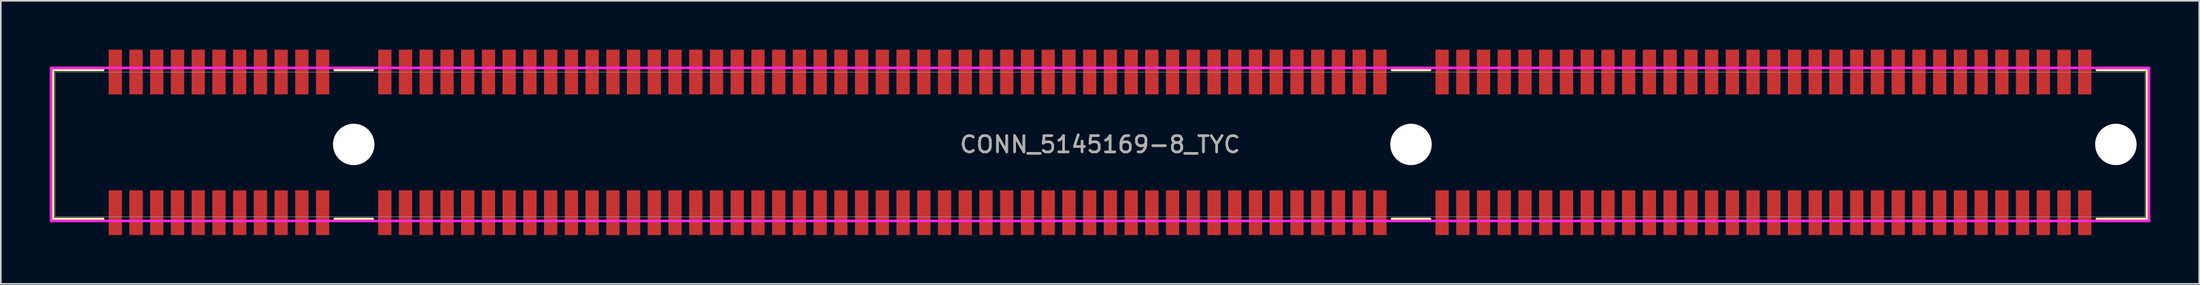
<source format=kicad_pcb>
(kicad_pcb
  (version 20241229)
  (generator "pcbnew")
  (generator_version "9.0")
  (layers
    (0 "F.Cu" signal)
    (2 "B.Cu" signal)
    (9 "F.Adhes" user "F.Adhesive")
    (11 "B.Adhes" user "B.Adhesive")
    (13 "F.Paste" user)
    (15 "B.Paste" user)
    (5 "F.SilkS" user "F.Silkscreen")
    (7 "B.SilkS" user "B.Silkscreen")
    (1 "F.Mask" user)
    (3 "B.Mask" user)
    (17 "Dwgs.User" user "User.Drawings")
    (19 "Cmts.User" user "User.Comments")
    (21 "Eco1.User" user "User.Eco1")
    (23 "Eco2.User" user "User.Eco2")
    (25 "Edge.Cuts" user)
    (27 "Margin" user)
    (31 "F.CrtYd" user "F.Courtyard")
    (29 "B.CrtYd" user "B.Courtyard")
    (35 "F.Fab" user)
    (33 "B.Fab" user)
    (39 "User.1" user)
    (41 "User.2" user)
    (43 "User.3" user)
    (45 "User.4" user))
  (footprint "CONN_5145169-8_TYC"
    (layer "F.Cu")
    (at 4.013 1.372)
    (property "Reference" "CONN_5145169-8_TYC" (at 60.325 4.445 0) (unlocked yes) (layer "F.SilkS") (effects (font (size 1 1) (thickness 0.15))))
    (attr smd)
    (fp_line (start -3.81 -0.127) (end -3.81 9.017) (stroke (width 0.152) (type solid)) (layer "F.SilkS"))
    (fp_line (start -3.81 9.017) (end -0.739 9.017) (stroke (width 0.152) (type solid)) (layer "F.SilkS"))
    (fp_line (start -0.739 -0.127) (end -3.81 -0.127) (stroke (width 0.152) (type solid)) (layer "F.SilkS"))
    (fp_line (start 13.439 9.017) (end 15.771 9.017) (stroke (width 0.152) (type solid)) (layer "F.SilkS"))
    (fp_line (start 15.771 -0.127) (end 13.439 -0.127) (stroke (width 0.152) (type solid)) (layer "F.SilkS"))
    (fp_line (start 78.209 9.017) (end 80.541 9.017) (stroke (width 0.152) (type solid)) (layer "F.SilkS"))
    (fp_line (start 80.541 -0.127) (end 78.209 -0.127) (stroke (width 0.152) (type solid)) (layer "F.SilkS"))
    (fp_line (start 121.389 9.017) (end 124.46 9.017) (stroke (width 0.152) (type solid)) (layer "F.SilkS"))
    (fp_line (start 124.46 -0.127) (end 121.389 -0.127) (stroke (width 0.152) (type solid)) (layer "F.SilkS"))
    (fp_line (start 124.46 9.017) (end 124.46 -0.127) (stroke (width 0.152) (type solid)) (layer "F.SilkS"))
    (fp_line (start -3.937 -0.254) (end -3.937 9.144) (stroke (width 0.152) (type solid)) (layer "F.CrtYd"))
    (fp_line (start -3.937 9.144) (end 124.587 9.144) (stroke (width 0.152) (type solid)) (layer "F.CrtYd"))
    (fp_line (start 124.587 -0.254) (end -3.937 -0.254) (stroke (width 0.152) (type solid)) (layer "F.CrtYd"))
    (fp_line (start 124.587 -0.254) (end 124.587 9.144) (stroke (width 0.152) (type solid)) (layer "F.CrtYd"))
    (fp_line (start -3.683 0) (end -3.683 8.89) (stroke (width 0.025) (type solid)) (layer "F.Fab"))
    (fp_line (start -3.683 8.89) (end 124.333 8.89) (stroke (width 0.025) (type solid)) (layer "F.Fab"))
    (fp_line (start 124.333 0) (end -3.683 0) (stroke (width 0.025) (type solid)) (layer "F.Fab"))
    (fp_line (start 124.333 8.89) (end 124.333 0) (stroke (width 0.025) (type solid)) (layer "F.Fab"))
    (fp_text user "${REFERENCE}" (at 60.325 4.445 0) (unlocked yes) (layer "F.Fab") (effects (font (size 1 1) (thickness 0.15))))
    (pad "" np_thru_hole circle (at 14.605 4.445) (size 2.54 2.54) (drill 2.54) (layers "*.Cu" "*.Mask"))
    (pad "" np_thru_hole circle (at 79.375 4.445) (size 2.54 2.54) (drill 2.54) (layers "*.Cu" "*.Mask"))
    (pad "" np_thru_hole circle (at 122.555 4.445) (size 2.54 2.54) (drill 2.54) (layers "*.Cu" "*.Mask"))
    (pad "1" smd rect (at 0 0) (size 0.813 2.743) (layers "F.Cu" "F.Mask" "F.Paste"))
    (pad "2" smd rect (at 1.27 0) (size 0.813 2.743) (layers "F.Cu" "F.Mask" "F.Paste"))
    (pad "3" smd rect (at 2.54 0) (size 0.813 2.743) (layers "F.Cu" "F.Mask" "F.Paste"))
    (pad "4" smd rect (at 3.81 0) (size 0.813 2.743) (layers "F.Cu" "F.Mask" "F.Paste"))
    (pad "5" smd rect (at 5.08 0) (size 0.813 2.743) (layers "F.Cu" "F.Mask" "F.Paste"))
    (pad "6" smd rect (at 6.35 0) (size 0.813 2.743) (layers "F.Cu" "F.Mask" "F.Paste"))
    (pad "7" smd rect (at 7.62 0) (size 0.813 2.743) (layers "F.Cu" "F.Mask" "F.Paste"))
    (pad "8" smd rect (at 8.89 0) (size 0.813 2.743) (layers "F.Cu" "F.Mask" "F.Paste"))
    (pad "9" smd rect (at 10.16 0) (size 0.813 2.743) (layers "F.Cu" "F.Mask" "F.Paste"))
    (pad "10" smd rect (at 11.43 0) (size 0.813 2.743) (layers "F.Cu" "F.Mask" "F.Paste"))
    (pad "11" smd rect (at 12.7 0) (size 0.813 2.743) (layers "F.Cu" "F.Mask" "F.Paste"))
    (pad "12" smd rect (at 16.51 0) (size 0.813 2.743) (layers "F.Cu" "F.Mask" "F.Paste"))
    (pad "13" smd rect (at 17.78 0) (size 0.813 2.743) (layers "F.Cu" "F.Mask" "F.Paste"))
    (pad "14" smd rect (at 19.05 0) (size 0.813 2.743) (layers "F.Cu" "F.Mask" "F.Paste"))
    (pad "15" smd rect (at 20.32 0) (size 0.813 2.743) (layers "F.Cu" "F.Mask" "F.Paste"))
    (pad "16" smd rect (at 21.59 0) (size 0.813 2.743) (layers "F.Cu" "F.Mask" "F.Paste"))
    (pad "17" smd rect (at 22.86 0) (size 0.813 2.743) (layers "F.Cu" "F.Mask" "F.Paste"))
    (pad "18" smd rect (at 24.13 0) (size 0.813 2.743) (layers "F.Cu" "F.Mask" "F.Paste"))
    (pad "19" smd rect (at 25.4 0) (size 0.813 2.743) (layers "F.Cu" "F.Mask" "F.Paste"))
    (pad "20" smd rect (at 26.67 0) (size 0.813 2.743) (layers "F.Cu" "F.Mask" "F.Paste"))
    (pad "21" smd rect (at 27.94 0) (size 0.813 2.743) (layers "F.Cu" "F.Mask" "F.Paste"))
    (pad "22" smd rect (at 29.21 0) (size 0.813 2.743) (layers "F.Cu" "F.Mask" "F.Paste"))
    (pad "23" smd rect (at 30.48 0) (size 0.813 2.743) (layers "F.Cu" "F.Mask" "F.Paste"))
    (pad "24" smd rect (at 31.75 0) (size 0.813 2.743) (layers "F.Cu" "F.Mask" "F.Paste"))
    (pad "25" smd rect (at 33.02 0) (size 0.813 2.743) (layers "F.Cu" "F.Mask" "F.Paste"))
    (pad "26" smd rect (at 34.29 0) (size 0.813 2.743) (layers "F.Cu" "F.Mask" "F.Paste"))
    (pad "27" smd rect (at 35.56 0) (size 0.813 2.743) (layers "F.Cu" "F.Mask" "F.Paste"))
    (pad "28" smd rect (at 36.83 0) (size 0.813 2.743) (layers "F.Cu" "F.Mask" "F.Paste"))
    (pad "29" smd rect (at 38.1 0) (size 0.813 2.743) (layers "F.Cu" "F.Mask" "F.Paste"))
    (pad "30" smd rect (at 39.37 0) (size 0.813 2.743) (layers "F.Cu" "F.Mask" "F.Paste"))
    (pad "31" smd rect (at 40.64 0) (size 0.813 2.743) (layers "F.Cu" "F.Mask" "F.Paste"))
    (pad "32" smd rect (at 41.91 0) (size 0.813 2.743) (layers "F.Cu" "F.Mask" "F.Paste"))
    (pad "33" smd rect (at 43.18 0) (size 0.813 2.743) (layers "F.Cu" "F.Mask" "F.Paste"))
    (pad "34" smd rect (at 44.45 0) (size 0.813 2.743) (layers "F.Cu" "F.Mask" "F.Paste"))
    (pad "35" smd rect (at 45.72 0) (size 0.813 2.743) (layers "F.Cu" "F.Mask" "F.Paste"))
    (pad "36" smd rect (at 46.99 0) (size 0.813 2.743) (layers "F.Cu" "F.Mask" "F.Paste"))
    (pad "37" smd rect (at 48.26 0) (size 0.813 2.743) (layers "F.Cu" "F.Mask" "F.Paste"))
    (pad "38" smd rect (at 49.53 0) (size 0.813 2.743) (layers "F.Cu" "F.Mask" "F.Paste"))
    (pad "39" smd rect (at 50.8 0) (size 0.813 2.743) (layers "F.Cu" "F.Mask" "F.Paste"))
    (pad "40" smd rect (at 52.07 0) (size 0.813 2.743) (layers "F.Cu" "F.Mask" "F.Paste"))
    (pad "41" smd rect (at 53.34 0) (size 0.813 2.743) (layers "F.Cu" "F.Mask" "F.Paste"))
    (pad "42" smd rect (at 54.61 0) (size 0.813 2.743) (layers "F.Cu" "F.Mask" "F.Paste"))
    (pad "43" smd rect (at 55.88 0) (size 0.813 2.743) (layers "F.Cu" "F.Mask" "F.Paste"))
    (pad "44" smd rect (at 57.15 0) (size 0.813 2.743) (layers "F.Cu" "F.Mask" "F.Paste"))
    (pad "45" smd rect (at 58.42 0) (size 0.813 2.743) (layers "F.Cu" "F.Mask" "F.Paste"))
    (pad "46" smd rect (at 59.69 0) (size 0.813 2.743) (layers "F.Cu" "F.Mask" "F.Paste"))
    (pad "47" smd rect (at 60.96 0) (size 0.813 2.743) (layers "F.Cu" "F.Mask" "F.Paste"))
    (pad "48" smd rect (at 62.23 0) (size 0.813 2.743) (layers "F.Cu" "F.Mask" "F.Paste"))
    (pad "49" smd rect (at 63.5 0) (size 0.813 2.743) (layers "F.Cu" "F.Mask" "F.Paste"))
    (pad "50" smd rect (at 64.77 0) (size 0.813 2.743) (layers "F.Cu" "F.Mask" "F.Paste"))
    (pad "51" smd rect (at 66.04 0) (size 0.813 2.743) (layers "F.Cu" "F.Mask" "F.Paste"))
    (pad "52" smd rect (at 67.31 0) (size 0.813 2.743) (layers "F.Cu" "F.Mask" "F.Paste"))
    (pad "53" smd rect (at 68.58 0) (size 0.813 2.743) (layers "F.Cu" "F.Mask" "F.Paste"))
    (pad "54" smd rect (at 69.85 0) (size 0.813 2.743) (layers "F.Cu" "F.Mask" "F.Paste"))
    (pad "55" smd rect (at 71.12 0) (size 0.813 2.743) (layers "F.Cu" "F.Mask" "F.Paste"))
    (pad "56" smd rect (at 72.39 0) (size 0.813 2.743) (layers "F.Cu" "F.Mask" "F.Paste"))
    (pad "57" smd rect (at 73.66 0) (size 0.813 2.743) (layers "F.Cu" "F.Mask" "F.Paste"))
    (pad "58" smd rect (at 74.93 0) (size 0.813 2.743) (layers "F.Cu" "F.Mask" "F.Paste"))
    (pad "59" smd rect (at 76.2 0) (size 0.813 2.743) (layers "F.Cu" "F.Mask" "F.Paste"))
    (pad "60" smd rect (at 77.47 0) (size 0.813 2.743) (layers "F.Cu" "F.Mask" "F.Paste"))
    (pad "61" smd rect (at 81.28 0) (size 0.813 2.743) (layers "F.Cu" "F.Mask" "F.Paste"))
    (pad "62" smd rect (at 82.55 0) (size 0.813 2.743) (layers "F.Cu" "F.Mask" "F.Paste"))
    (pad "63" smd rect (at 83.82 0) (size 0.813 2.743) (layers "F.Cu" "F.Mask" "F.Paste"))
    (pad "64" smd rect (at 85.09 0) (size 0.813 2.743) (layers "F.Cu" "F.Mask" "F.Paste"))
    (pad "65" smd rect (at 86.36 0) (size 0.813 2.743) (layers "F.Cu" "F.Mask" "F.Paste"))
    (pad "66" smd rect (at 87.63 0) (size 0.813 2.743) (layers "F.Cu" "F.Mask" "F.Paste"))
    (pad "67" smd rect (at 88.9 0) (size 0.813 2.743) (layers "F.Cu" "F.Mask" "F.Paste"))
    (pad "68" smd rect (at 90.17 0) (size 0.813 2.743) (layers "F.Cu" "F.Mask" "F.Paste"))
    (pad "69" smd rect (at 91.44 0) (size 0.813 2.743) (layers "F.Cu" "F.Mask" "F.Paste"))
    (pad "70" smd rect (at 92.71 0) (size 0.813 2.743) (layers "F.Cu" "F.Mask" "F.Paste"))
    (pad "71" smd rect (at 93.98 0) (size 0.813 2.743) (layers "F.Cu" "F.Mask" "F.Paste"))
    (pad "72" smd rect (at 95.25 0) (size 0.813 2.743) (layers "F.Cu" "F.Mask" "F.Paste"))
    (pad "73" smd rect (at 96.52 0) (size 0.813 2.743) (layers "F.Cu" "F.Mask" "F.Paste"))
    (pad "74" smd rect (at 97.79 0) (size 0.813 2.743) (layers "F.Cu" "F.Mask" "F.Paste"))
    (pad "75" smd rect (at 99.06 0) (size 0.813 2.743) (layers "F.Cu" "F.Mask" "F.Paste"))
    (pad "76" smd rect (at 100.33 0) (size 0.813 2.743) (layers "F.Cu" "F.Mask" "F.Paste"))
    (pad "77" smd rect (at 101.6 0) (size 0.813 2.743) (layers "F.Cu" "F.Mask" "F.Paste"))
    (pad "78" smd rect (at 102.87 0) (size 0.813 2.743) (layers "F.Cu" "F.Mask" "F.Paste"))
    (pad "79" smd rect (at 104.14 0) (size 0.813 2.743) (layers "F.Cu" "F.Mask" "F.Paste"))
    (pad "80" smd rect (at 105.41 0) (size 0.813 2.743) (layers "F.Cu" "F.Mask" "F.Paste"))
    (pad "81" smd rect (at 106.68 0) (size 0.813 2.743) (layers "F.Cu" "F.Mask" "F.Paste"))
    (pad "82" smd rect (at 107.95 0) (size 0.813 2.743) (layers "F.Cu" "F.Mask" "F.Paste"))
    (pad "83" smd rect (at 109.22 0) (size 0.813 2.743) (layers "F.Cu" "F.Mask" "F.Paste"))
    (pad "84" smd rect (at 110.49 0) (size 0.813 2.743) (layers "F.Cu" "F.Mask" "F.Paste"))
    (pad "85" smd rect (at 111.76 0) (size 0.813 2.743) (layers "F.Cu" "F.Mask" "F.Paste"))
    (pad "86" smd rect (at 113.03 0) (size 0.813 2.743) (layers "F.Cu" "F.Mask" "F.Paste"))
    (pad "87" smd rect (at 114.3 0) (size 0.813 2.743) (layers "F.Cu" "F.Mask" "F.Paste"))
    (pad "88" smd rect (at 115.57 0) (size 0.813 2.743) (layers "F.Cu" "F.Mask" "F.Paste"))
    (pad "89" smd rect (at 116.84 0) (size 0.813 2.743) (layers "F.Cu" "F.Mask" "F.Paste"))
    (pad "90" smd rect (at 118.11 0) (size 0.813 2.743) (layers "F.Cu" "F.Mask" "F.Paste"))
    (pad "91" smd rect (at 119.38 0) (size 0.813 2.743) (layers "F.Cu" "F.Mask" "F.Paste"))
    (pad "92" smd rect (at 120.65 0) (size 0.813 2.743) (layers "F.Cu" "F.Mask" "F.Paste"))
    (pad "93" smd rect (at 0 8.636) (size 0.813 2.743) (layers "F.Cu" "F.Mask" "F.Paste"))
    (pad "94" smd rect (at 1.27 8.636) (size 0.813 2.743) (layers "F.Cu" "F.Mask" "F.Paste"))
    (pad "95" smd rect (at 2.54 8.636) (size 0.813 2.743) (layers "F.Cu" "F.Mask" "F.Paste"))
    (pad "96" smd rect (at 3.81 8.636) (size 0.813 2.743) (layers "F.Cu" "F.Mask" "F.Paste"))
    (pad "97" smd rect (at 5.08 8.636) (size 0.813 2.743) (layers "F.Cu" "F.Mask" "F.Paste"))
    (pad "98" smd rect (at 6.35 8.636) (size 0.813 2.743) (layers "F.Cu" "F.Mask" "F.Paste"))
    (pad "99" smd rect (at 7.62 8.636) (size 0.813 2.743) (layers "F.Cu" "F.Mask" "F.Paste"))
    (pad "100" smd rect (at 8.89 8.636) (size 0.813 2.743) (layers "F.Cu" "F.Mask" "F.Paste"))
    (pad "101" smd rect (at 10.16 8.636) (size 0.813 2.743) (layers "F.Cu" "F.Mask" "F.Paste"))
    (pad "102" smd rect (at 11.43 8.636) (size 0.813 2.743) (layers "F.Cu" "F.Mask" "F.Paste"))
    (pad "103" smd rect (at 12.7 8.636) (size 0.813 2.743) (layers "F.Cu" "F.Mask" "F.Paste"))
    (pad "104" smd rect (at 16.51 8.636) (size 0.813 2.743) (layers "F.Cu" "F.Mask" "F.Paste"))
    (pad "105" smd rect (at 17.78 8.636) (size 0.813 2.743) (layers "F.Cu" "F.Mask" "F.Paste"))
    (pad "106" smd rect (at 19.05 8.636) (size 0.813 2.743) (layers "F.Cu" "F.Mask" "F.Paste"))
    (pad "107" smd rect (at 20.32 8.636) (size 0.813 2.743) (layers "F.Cu" "F.Mask" "F.Paste"))
    (pad "108" smd rect (at 21.59 8.636) (size 0.813 2.743) (layers "F.Cu" "F.Mask" "F.Paste"))
    (pad "109" smd rect (at 22.86 8.636) (size 0.813 2.743) (layers "F.Cu" "F.Mask" "F.Paste"))
    (pad "110" smd rect (at 24.13 8.636) (size 0.813 2.743) (layers "F.Cu" "F.Mask" "F.Paste"))
    (pad "111" smd rect (at 25.4 8.636) (size 0.813 2.743) (layers "F.Cu" "F.Mask" "F.Paste"))
    (pad "112" smd rect (at 26.67 8.636) (size 0.813 2.743) (layers "F.Cu" "F.Mask" "F.Paste"))
    (pad "113" smd rect (at 27.94 8.636) (size 0.813 2.743) (layers "F.Cu" "F.Mask" "F.Paste"))
    (pad "114" smd rect (at 29.21 8.636) (size 0.813 2.743) (layers "F.Cu" "F.Mask" "F.Paste"))
    (pad "115" smd rect (at 30.48 8.636) (size 0.813 2.743) (layers "F.Cu" "F.Mask" "F.Paste"))
    (pad "116" smd rect (at 31.75 8.636) (size 0.813 2.743) (layers "F.Cu" "F.Mask" "F.Paste"))
    (pad "117" smd rect (at 33.02 8.636) (size 0.813 2.743) (layers "F.Cu" "F.Mask" "F.Paste"))
    (pad "118" smd rect (at 34.29 8.636) (size 0.813 2.743) (layers "F.Cu" "F.Mask" "F.Paste"))
    (pad "119" smd rect (at 35.56 8.636) (size 0.813 2.743) (layers "F.Cu" "F.Mask" "F.Paste"))
    (pad "120" smd rect (at 36.83 8.636) (size 0.813 2.743) (layers "F.Cu" "F.Mask" "F.Paste"))
    (pad "121" smd rect (at 38.1 8.636) (size 0.813 2.743) (layers "F.Cu" "F.Mask" "F.Paste"))
    (pad "122" smd rect (at 39.37 8.636) (size 0.813 2.743) (layers "F.Cu" "F.Mask" "F.Paste"))
    (pad "123" smd rect (at 40.64 8.636) (size 0.813 2.743) (layers "F.Cu" "F.Mask" "F.Paste"))
    (pad "124" smd rect (at 41.91 8.636) (size 0.813 2.743) (layers "F.Cu" "F.Mask" "F.Paste"))
    (pad "125" smd rect (at 43.18 8.636) (size 0.813 2.743) (layers "F.Cu" "F.Mask" "F.Paste"))
    (pad "126" smd rect (at 44.45 8.636) (size 0.813 2.743) (layers "F.Cu" "F.Mask" "F.Paste"))
    (pad "127" smd rect (at 45.72 8.636) (size 0.813 2.743) (layers "F.Cu" "F.Mask" "F.Paste"))
    (pad "128" smd rect (at 46.99 8.636) (size 0.813 2.743) (layers "F.Cu" "F.Mask" "F.Paste"))
    (pad "129" smd rect (at 48.26 8.636) (size 0.813 2.743) (layers "F.Cu" "F.Mask" "F.Paste"))
    (pad "130" smd rect (at 49.53 8.636) (size 0.813 2.743) (layers "F.Cu" "F.Mask" "F.Paste"))
    (pad "131" smd rect (at 50.8 8.636) (size 0.813 2.743) (layers "F.Cu" "F.Mask" "F.Paste"))
    (pad "132" smd rect (at 52.07 8.636) (size 0.813 2.743) (layers "F.Cu" "F.Mask" "F.Paste"))
    (pad "133" smd rect (at 53.34 8.636) (size 0.813 2.743) (layers "F.Cu" "F.Mask" "F.Paste"))
    (pad "134" smd rect (at 54.61 8.636) (size 0.813 2.743) (layers "F.Cu" "F.Mask" "F.Paste"))
    (pad "135" smd rect (at 55.88 8.636) (size 0.813 2.743) (layers "F.Cu" "F.Mask" "F.Paste"))
    (pad "136" smd rect (at 57.15 8.636) (size 0.813 2.743) (layers "F.Cu" "F.Mask" "F.Paste"))
    (pad "137" smd rect (at 58.42 8.636) (size 0.813 2.743) (layers "F.Cu" "F.Mask" "F.Paste"))
    (pad "138" smd rect (at 59.69 8.636) (size 0.813 2.743) (layers "F.Cu" "F.Mask" "F.Paste"))
    (pad "139" smd rect (at 60.96 8.636) (size 0.813 2.743) (layers "F.Cu" "F.Mask" "F.Paste"))
    (pad "140" smd rect (at 62.23 8.636) (size 0.813 2.743) (layers "F.Cu" "F.Mask" "F.Paste"))
    (pad "141" smd rect (at 63.5 8.636) (size 0.813 2.743) (layers "F.Cu" "F.Mask" "F.Paste"))
    (pad "142" smd rect (at 64.77 8.636) (size 0.813 2.743) (layers "F.Cu" "F.Mask" "F.Paste"))
    (pad "143" smd rect (at 66.04 8.636) (size 0.813 2.743) (layers "F.Cu" "F.Mask" "F.Paste"))
    (pad "144" smd rect (at 67.31 8.636) (size 0.813 2.743) (layers "F.Cu" "F.Mask" "F.Paste"))
    (pad "145" smd rect (at 68.58 8.636) (size 0.813 2.743) (layers "F.Cu" "F.Mask" "F.Paste"))
    (pad "146" smd rect (at 69.85 8.636) (size 0.813 2.743) (layers "F.Cu" "F.Mask" "F.Paste"))
    (pad "147" smd rect (at 71.12 8.636) (size 0.813 2.743) (layers "F.Cu" "F.Mask" "F.Paste"))
    (pad "148" smd rect (at 72.39 8.636) (size 0.813 2.743) (layers "F.Cu" "F.Mask" "F.Paste"))
    (pad "149" smd rect (at 73.66 8.636) (size 0.813 2.743) (layers "F.Cu" "F.Mask" "F.Paste"))
    (pad "150" smd rect (at 74.93 8.636) (size 0.813 2.743) (layers "F.Cu" "F.Mask" "F.Paste"))
    (pad "151" smd rect (at 76.2 8.636) (size 0.813 2.743) (layers "F.Cu" "F.Mask" "F.Paste"))
    (pad "152" smd rect (at 77.47 8.636) (size 0.813 2.743) (layers "F.Cu" "F.Mask" "F.Paste"))
    (pad "153" smd rect (at 81.28 8.636) (size 0.813 2.743) (layers "F.Cu" "F.Mask" "F.Paste"))
    (pad "154" smd rect (at 82.55 8.636) (size 0.813 2.743) (layers "F.Cu" "F.Mask" "F.Paste"))
    (pad "155" smd rect (at 83.82 8.636) (size 0.813 2.743) (layers "F.Cu" "F.Mask" "F.Paste"))
    (pad "156" smd rect (at 85.09 8.636) (size 0.813 2.743) (layers "F.Cu" "F.Mask" "F.Paste"))
    (pad "157" smd rect (at 86.36 8.636) (size 0.813 2.743) (layers "F.Cu" "F.Mask" "F.Paste"))
    (pad "158" smd rect (at 87.63 8.636) (size 0.813 2.743) (layers "F.Cu" "F.Mask" "F.Paste"))
    (pad "159" smd rect (at 88.9 8.636) (size 0.813 2.743) (layers "F.Cu" "F.Mask" "F.Paste"))
    (pad "160" smd rect (at 90.17 8.636) (size 0.813 2.743) (layers "F.Cu" "F.Mask" "F.Paste"))
    (pad "161" smd rect (at 91.44 8.636) (size 0.813 2.743) (layers "F.Cu" "F.Mask" "F.Paste"))
    (pad "162" smd rect (at 92.71 8.636) (size 0.813 2.743) (layers "F.Cu" "F.Mask" "F.Paste"))
    (pad "163" smd rect (at 93.98 8.636) (size 0.813 2.743) (layers "F.Cu" "F.Mask" "F.Paste"))
    (pad "164" smd rect (at 95.25 8.636) (size 0.813 2.743) (layers "F.Cu" "F.Mask" "F.Paste"))
    (pad "165" smd rect (at 96.52 8.636) (size 0.813 2.743) (layers "F.Cu" "F.Mask" "F.Paste"))
    (pad "166" smd rect (at 97.79 8.636) (size 0.813 2.743) (layers "F.Cu" "F.Mask" "F.Paste"))
    (pad "167" smd rect (at 99.06 8.636) (size 0.813 2.743) (layers "F.Cu" "F.Mask" "F.Paste"))
    (pad "168" smd rect (at 100.33 8.636) (size 0.813 2.743) (layers "F.Cu" "F.Mask" "F.Paste"))
    (pad "169" smd rect (at 101.6 8.636) (size 0.813 2.743) (layers "F.Cu" "F.Mask" "F.Paste"))
    (pad "170" smd rect (at 102.87 8.636) (size 0.813 2.743) (layers "F.Cu" "F.Mask" "F.Paste"))
    (pad "171" smd rect (at 104.14 8.636) (size 0.813 2.743) (layers "F.Cu" "F.Mask" "F.Paste"))
    (pad "172" smd rect (at 105.41 8.636) (size 0.813 2.743) (layers "F.Cu" "F.Mask" "F.Paste"))
    (pad "173" smd rect (at 106.68 8.636) (size 0.813 2.743) (layers "F.Cu" "F.Mask" "F.Paste"))
    (pad "174" smd rect (at 107.95 8.636) (size 0.813 2.743) (layers "F.Cu" "F.Mask" "F.Paste"))
    (pad "175" smd rect (at 109.22 8.636) (size 0.813 2.743) (layers "F.Cu" "F.Mask" "F.Paste"))
    (pad "176" smd rect (at 110.49 8.636) (size 0.813 2.743) (layers "F.Cu" "F.Mask" "F.Paste"))
    (pad "177" smd rect (at 111.76 8.636) (size 0.813 2.743) (layers "F.Cu" "F.Mask" "F.Paste"))
    (pad "178" smd rect (at 113.03 8.636) (size 0.813 2.743) (layers "F.Cu" "F.Mask" "F.Paste"))
    (pad "179" smd rect (at 114.3 8.636) (size 0.813 2.743) (layers "F.Cu" "F.Mask" "F.Paste"))
    (pad "180" smd rect (at 115.57 8.636) (size 0.813 2.743) (layers "F.Cu" "F.Mask" "F.Paste"))
    (pad "181" smd rect (at 116.84 8.636) (size 0.813 2.743) (layers "F.Cu" "F.Mask" "F.Paste"))
    (pad "182" smd rect (at 118.11 8.636) (size 0.813 2.743) (layers "F.Cu" "F.Mask" "F.Paste"))
    (pad "183" smd rect (at 119.38 8.636) (size 0.813 2.743) (layers "F.Cu" "F.Mask" "F.Paste"))
    (pad "184" smd rect (at 120.65 8.636) (size 0.813 2.743) (layers "F.Cu" "F.Mask" "F.Paste")))
  (gr_rect
    (start -3 -3)
    (end 131.676 14.379)
    (stroke (width 0.1) (type default))
    (fill no)
    (layer "Edge.Cuts")))
</source>
